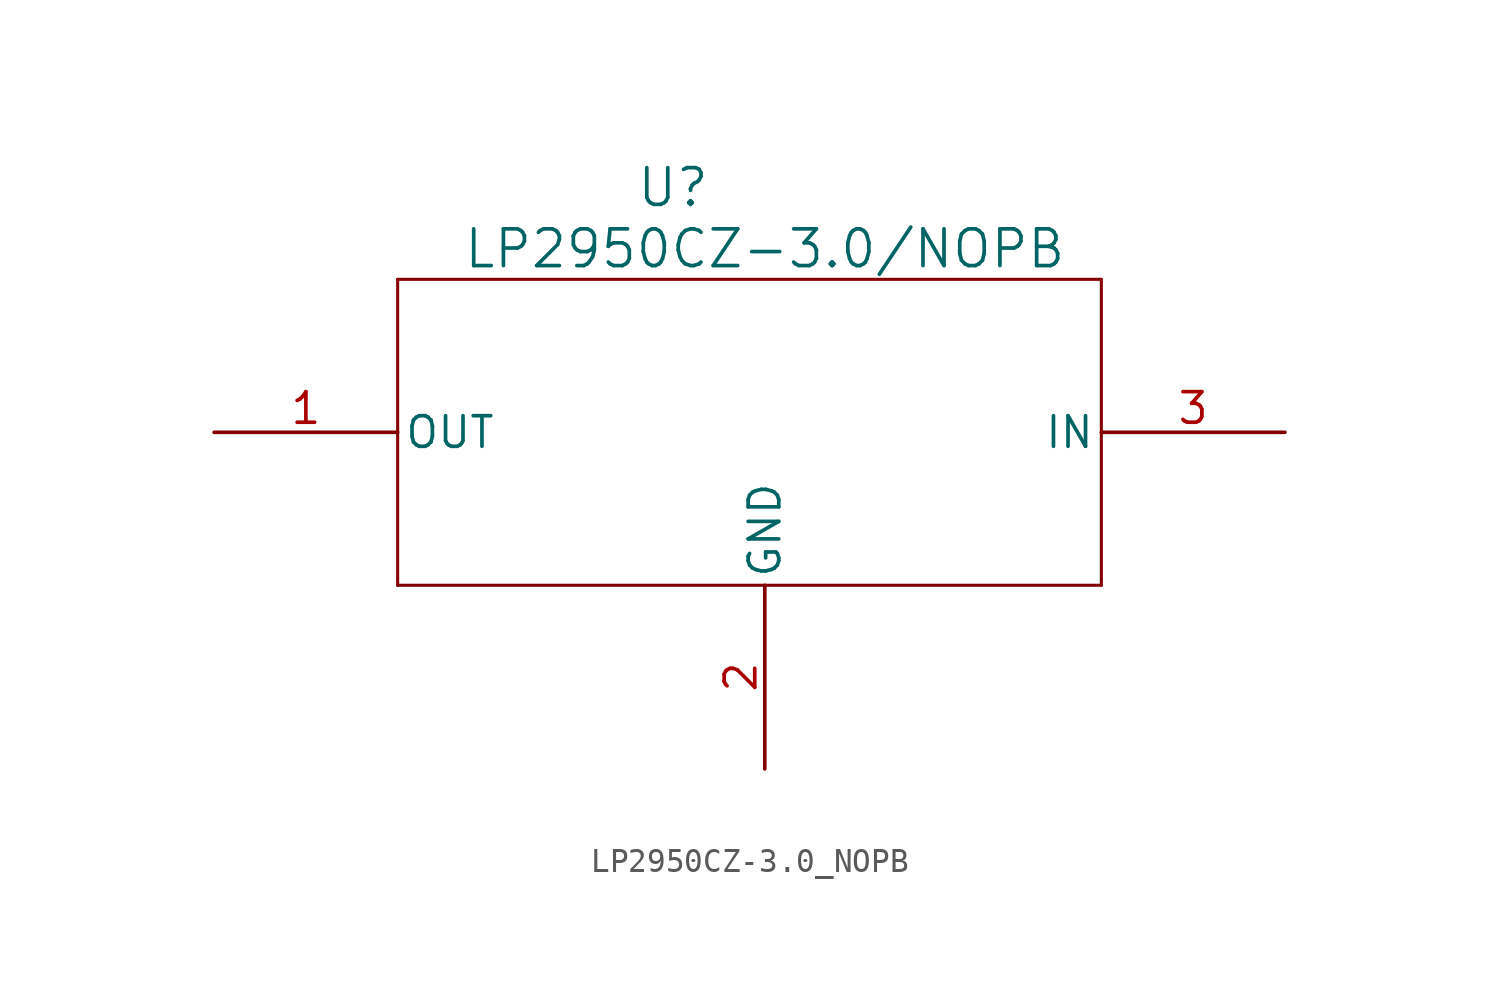
<source format=kicad_sym>
(kicad_symbol_lib
  (version 20220914)
  (generator kicad_symbol_editor)
  (symbol "LP2950CZ-3.0_NOPB"
    (pin_names
      (offset 0.254))
    (property "Reference" "U"
      (at 30.48 8.89 0)
      (effects (font (size 1.524 1.524))))
    (property "Value" "LP2950CZ-3.0/NOPB"
      (at 34.29 6.35 0)
      (effects (font (size 1.524 1.524))))
    (property "ki_locked" ""
      (at 0 0 0)
      (effects (font (size 1.27 1.27))))
    (symbol "LP2950CZ-3.0_NOPB_1_1"
      (polyline (pts (xy 19.05 -7.62) (xy 48.26 -7.62)) (stroke (width 0.127) (type default)) (fill (type none)))
      (polyline (pts (xy 19.05 5.08) (xy 19.05 -7.62)) (stroke (width 0.127) (type default)) (fill (type none)))
      (polyline (pts (xy 48.26 -7.62) (xy 48.26 5.08)) (stroke (width 0.127) (type default)) (fill (type none)))
      (polyline (pts (xy 48.26 5.08) (xy 19.05 5.08)) (stroke (width 0.127) (type default)) (fill (type none)))
      (pin power_in line (at 11.43 -1.27 0) (length 7.62) (name "OUT" (effects (font (size 1.27 1.27)))) (number "1" (effects (font (size 1.27 1.27)))))
      (pin power_in line (at 34.29 -15.24 90) (length 7.62) (name "GND" (effects (font (size 1.27 1.27)))) (number "2" (effects (font (size 1.27 1.27)))))
      (pin power_in line (at 55.88 -1.27 180) (length 7.62) (name "IN" (effects (font (size 1.27 1.27)))) (number "3" (effects (font (size 1.27 1.27))))))))
</source>
